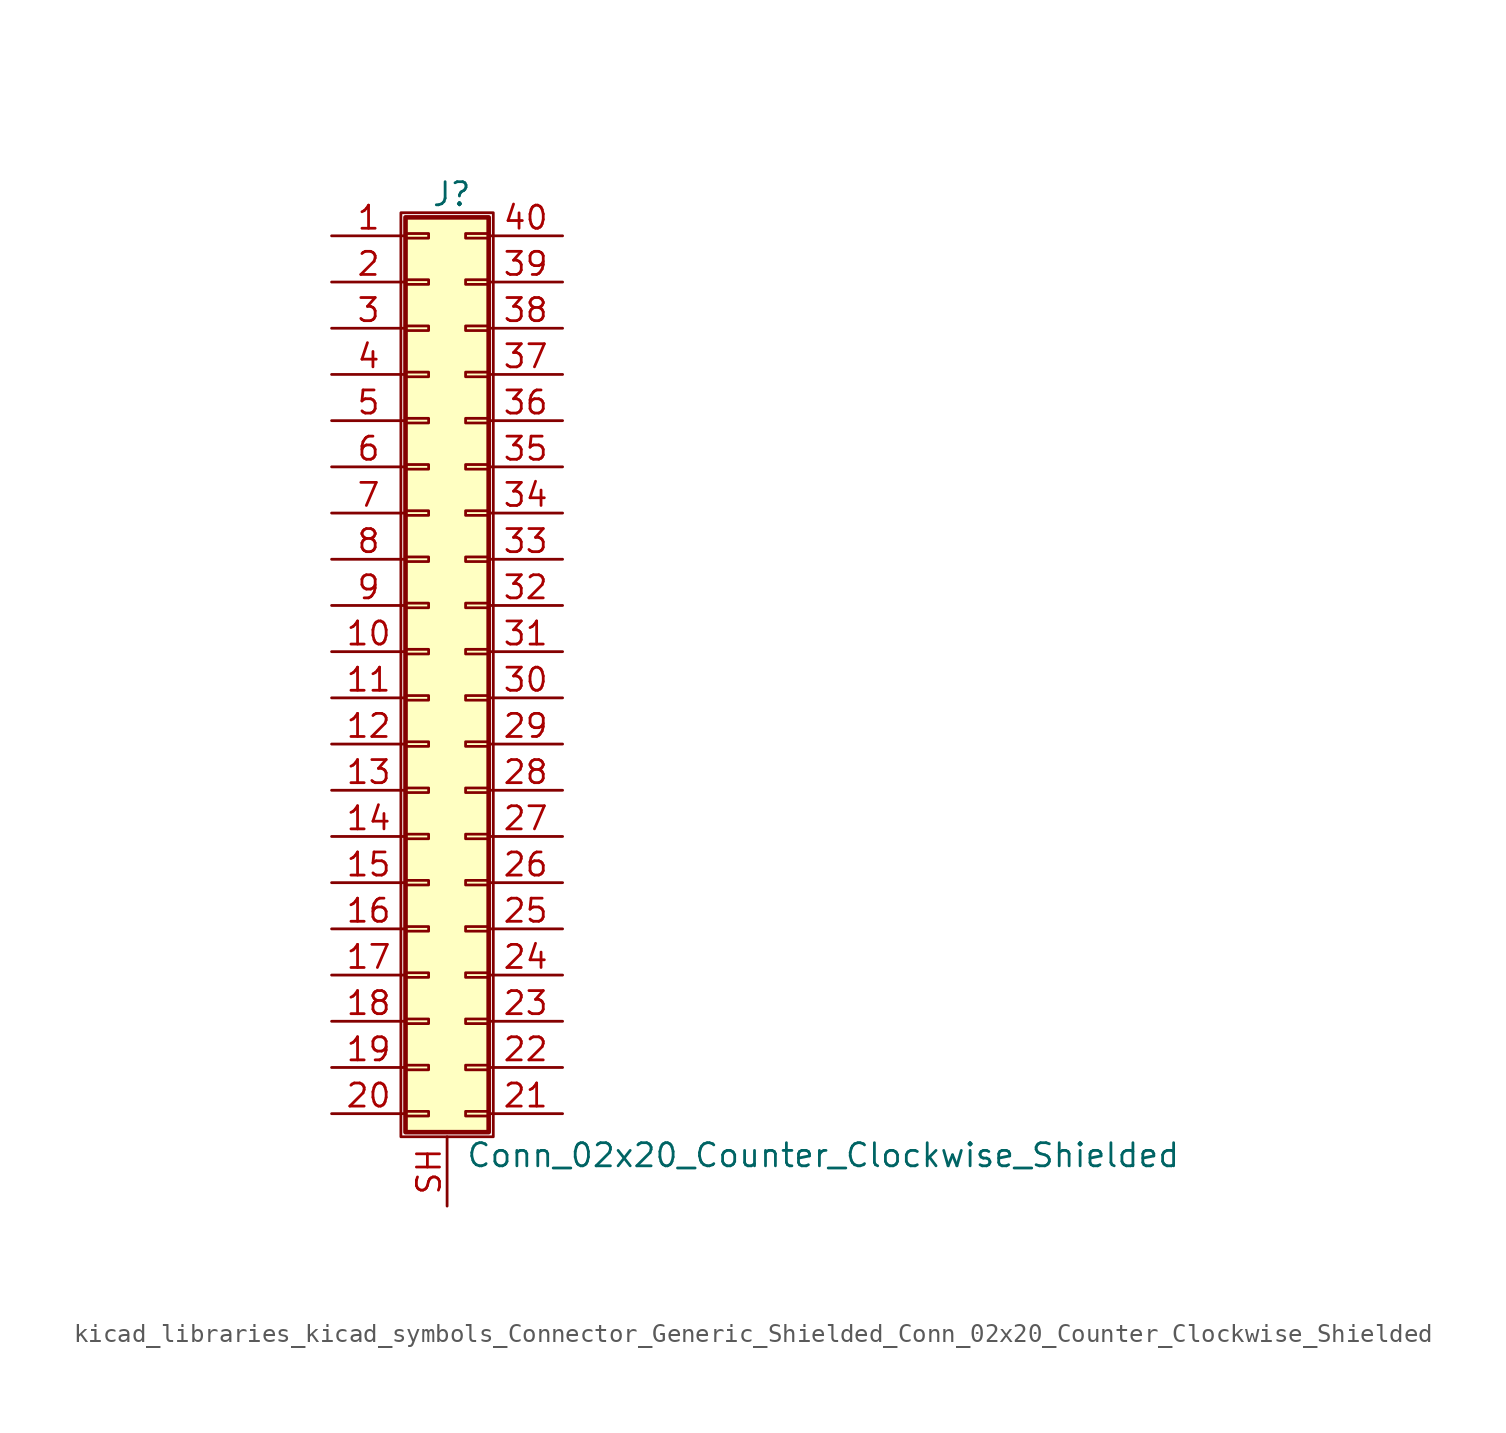
<source format=kicad_sym>
(kicad_symbol_lib
  (version 20220914)
  (generator kicad_symbol_editor)
  (symbol "kicad_libraries_kicad_symbols_Connector_Generic_Shielded_Conn_02x20_Counter_Clockwise_Shielded"
    (pin_names
      (offset 1.016) hide)
    (property "Reference" "J"
      (at 1.524 25.146 0)
      (effects (font (size 1.27 1.27))))
    (property "Value" "Conn_02x20_Counter_Clockwise_Shielded"
      (at 2.286 -27.686 0)
      (effects (font (size 1.27 1.27)) (justify left)))
    (symbol "kicad_libraries_kicad_symbols_Connector_Generic_Shielded_Conn_02x20_Counter_Clockwise_Shielded_1_1"
      (rectangle (start -1.27 24.13) (end 3.81 -26.67) (stroke (width 0.152) (type default)) (fill (type none)))
      (rectangle (start -1.016 -25.273) (end 0.254 -25.527) (stroke (width 0.152) (type default)) (fill (type none)))
      (rectangle (start -1.016 -22.733) (end 0.254 -22.987) (stroke (width 0.152) (type default)) (fill (type none)))
      (rectangle (start -1.016 -20.193) (end 0.254 -20.447) (stroke (width 0.152) (type default)) (fill (type none)))
      (rectangle (start -1.016 -17.653) (end 0.254 -17.907) (stroke (width 0.152) (type default)) (fill (type none)))
      (rectangle (start -1.016 -15.113) (end 0.254 -15.367) (stroke (width 0.152) (type default)) (fill (type none)))
      (rectangle (start -1.016 -12.573) (end 0.254 -12.827) (stroke (width 0.152) (type default)) (fill (type none)))
      (rectangle (start -1.016 -10.033) (end 0.254 -10.287) (stroke (width 0.152) (type default)) (fill (type none)))
      (rectangle (start -1.016 -7.493) (end 0.254 -7.747) (stroke (width 0.152) (type default)) (fill (type none)))
      (rectangle (start -1.016 -4.953) (end 0.254 -5.207) (stroke (width 0.152) (type default)) (fill (type none)))
      (rectangle (start -1.016 -2.413) (end 0.254 -2.667) (stroke (width 0.152) (type default)) (fill (type none)))
      (rectangle (start -1.016 0.127) (end 0.254 -0.127) (stroke (width 0.152) (type default)) (fill (type none)))
      (rectangle (start -1.016 2.667) (end 0.254 2.413) (stroke (width 0.152) (type default)) (fill (type none)))
      (rectangle (start -1.016 5.207) (end 0.254 4.953) (stroke (width 0.152) (type default)) (fill (type none)))
      (rectangle (start -1.016 7.747) (end 0.254 7.493) (stroke (width 0.152) (type default)) (fill (type none)))
      (rectangle (start -1.016 10.287) (end 0.254 10.033) (stroke (width 0.152) (type default)) (fill (type none)))
      (rectangle (start -1.016 12.827) (end 0.254 12.573) (stroke (width 0.152) (type default)) (fill (type none)))
      (rectangle (start -1.016 15.367) (end 0.254 15.113) (stroke (width 0.152) (type default)) (fill (type none)))
      (rectangle (start -1.016 17.907) (end 0.254 17.653) (stroke (width 0.152) (type default)) (fill (type none)))
      (rectangle (start -1.016 20.447) (end 0.254 20.193) (stroke (width 0.152) (type default)) (fill (type none)))
      (rectangle (start -1.016 22.987) (end 0.254 22.733) (stroke (width 0.152) (type default)) (fill (type none)))
      (rectangle (start -1.016 23.876) (end 3.556 -26.416) (stroke (width 0.254) (type default)) (fill (type background)))
      (rectangle (start 3.556 -25.273) (end 2.286 -25.527) (stroke (width 0.152) (type default)) (fill (type none)))
      (rectangle (start 3.556 -22.733) (end 2.286 -22.987) (stroke (width 0.152) (type default)) (fill (type none)))
      (rectangle (start 3.556 -20.193) (end 2.286 -20.447) (stroke (width 0.152) (type default)) (fill (type none)))
      (rectangle (start 3.556 -17.653) (end 2.286 -17.907) (stroke (width 0.152) (type default)) (fill (type none)))
      (rectangle (start 3.556 -15.113) (end 2.286 -15.367) (stroke (width 0.152) (type default)) (fill (type none)))
      (rectangle (start 3.556 -12.573) (end 2.286 -12.827) (stroke (width 0.152) (type default)) (fill (type none)))
      (rectangle (start 3.556 -10.033) (end 2.286 -10.287) (stroke (width 0.152) (type default)) (fill (type none)))
      (rectangle (start 3.556 -7.493) (end 2.286 -7.747) (stroke (width 0.152) (type default)) (fill (type none)))
      (rectangle (start 3.556 -4.953) (end 2.286 -5.207) (stroke (width 0.152) (type default)) (fill (type none)))
      (rectangle (start 3.556 -2.413) (end 2.286 -2.667) (stroke (width 0.152) (type default)) (fill (type none)))
      (rectangle (start 3.556 0.127) (end 2.286 -0.127) (stroke (width 0.152) (type default)) (fill (type none)))
      (rectangle (start 3.556 2.667) (end 2.286 2.413) (stroke (width 0.152) (type default)) (fill (type none)))
      (rectangle (start 3.556 5.207) (end 2.286 4.953) (stroke (width 0.152) (type default)) (fill (type none)))
      (rectangle (start 3.556 7.747) (end 2.286 7.493) (stroke (width 0.152) (type default)) (fill (type none)))
      (rectangle (start 3.556 10.287) (end 2.286 10.033) (stroke (width 0.152) (type default)) (fill (type none)))
      (rectangle (start 3.556 12.827) (end 2.286 12.573) (stroke (width 0.152) (type default)) (fill (type none)))
      (rectangle (start 3.556 15.367) (end 2.286 15.113) (stroke (width 0.152) (type default)) (fill (type none)))
      (rectangle (start 3.556 17.907) (end 2.286 17.653) (stroke (width 0.152) (type default)) (fill (type none)))
      (rectangle (start 3.556 20.447) (end 2.286 20.193) (stroke (width 0.152) (type default)) (fill (type none)))
      (rectangle (start 3.556 22.987) (end 2.286 22.733) (stroke (width 0.152) (type default)) (fill (type none)))
      (pin passive line (at -5.08 22.86 0) (length 4.064) (name "Pin_1" (effects (font (size 1.27 1.27)))) (number "1" (effects (font (size 1.27 1.27)))))
      (pin passive line (at -5.08 0 0) (length 4.064) (name "Pin_10" (effects (font (size 1.27 1.27)))) (number "10" (effects (font (size 1.27 1.27)))))
      (pin passive line (at -5.08 -2.54 0) (length 4.064) (name "Pin_11" (effects (font (size 1.27 1.27)))) (number "11" (effects (font (size 1.27 1.27)))))
      (pin passive line (at -5.08 -5.08 0) (length 4.064) (name "Pin_12" (effects (font (size 1.27 1.27)))) (number "12" (effects (font (size 1.27 1.27)))))
      (pin passive line (at -5.08 -7.62 0) (length 4.064) (name "Pin_13" (effects (font (size 1.27 1.27)))) (number "13" (effects (font (size 1.27 1.27)))))
      (pin passive line (at -5.08 -10.16 0) (length 4.064) (name "Pin_14" (effects (font (size 1.27 1.27)))) (number "14" (effects (font (size 1.27 1.27)))))
      (pin passive line (at -5.08 -12.7 0) (length 4.064) (name "Pin_15" (effects (font (size 1.27 1.27)))) (number "15" (effects (font (size 1.27 1.27)))))
      (pin passive line (at -5.08 -15.24 0) (length 4.064) (name "Pin_16" (effects (font (size 1.27 1.27)))) (number "16" (effects (font (size 1.27 1.27)))))
      (pin passive line (at -5.08 -17.78 0) (length 4.064) (name "Pin_17" (effects (font (size 1.27 1.27)))) (number "17" (effects (font (size 1.27 1.27)))))
      (pin passive line (at -5.08 -20.32 0) (length 4.064) (name "Pin_18" (effects (font (size 1.27 1.27)))) (number "18" (effects (font (size 1.27 1.27)))))
      (pin passive line (at -5.08 -22.86 0) (length 4.064) (name "Pin_19" (effects (font (size 1.27 1.27)))) (number "19" (effects (font (size 1.27 1.27)))))
      (pin passive line (at -5.08 20.32 0) (length 4.064) (name "Pin_2" (effects (font (size 1.27 1.27)))) (number "2" (effects (font (size 1.27 1.27)))))
      (pin passive line (at -5.08 -25.4 0) (length 4.064) (name "Pin_20" (effects (font (size 1.27 1.27)))) (number "20" (effects (font (size 1.27 1.27)))))
      (pin passive line (at 7.62 -25.4 180) (length 4.064) (name "Pin_21" (effects (font (size 1.27 1.27)))) (number "21" (effects (font (size 1.27 1.27)))))
      (pin passive line (at 7.62 -22.86 180) (length 4.064) (name "Pin_22" (effects (font (size 1.27 1.27)))) (number "22" (effects (font (size 1.27 1.27)))))
      (pin passive line (at 7.62 -20.32 180) (length 4.064) (name "Pin_23" (effects (font (size 1.27 1.27)))) (number "23" (effects (font (size 1.27 1.27)))))
      (pin passive line (at 7.62 -17.78 180) (length 4.064) (name "Pin_24" (effects (font (size 1.27 1.27)))) (number "24" (effects (font (size 1.27 1.27)))))
      (pin passive line (at 7.62 -15.24 180) (length 4.064) (name "Pin_25" (effects (font (size 1.27 1.27)))) (number "25" (effects (font (size 1.27 1.27)))))
      (pin passive line (at 7.62 -12.7 180) (length 4.064) (name "Pin_26" (effects (font (size 1.27 1.27)))) (number "26" (effects (font (size 1.27 1.27)))))
      (pin passive line (at 7.62 -10.16 180) (length 4.064) (name "Pin_27" (effects (font (size 1.27 1.27)))) (number "27" (effects (font (size 1.27 1.27)))))
      (pin passive line (at 7.62 -7.62 180) (length 4.064) (name "Pin_28" (effects (font (size 1.27 1.27)))) (number "28" (effects (font (size 1.27 1.27)))))
      (pin passive line (at 7.62 -5.08 180) (length 4.064) (name "Pin_29" (effects (font (size 1.27 1.27)))) (number "29" (effects (font (size 1.27 1.27)))))
      (pin passive line (at -5.08 17.78 0) (length 4.064) (name "Pin_3" (effects (font (size 1.27 1.27)))) (number "3" (effects (font (size 1.27 1.27)))))
      (pin passive line (at 7.62 -2.54 180) (length 4.064) (name "Pin_30" (effects (font (size 1.27 1.27)))) (number "30" (effects (font (size 1.27 1.27)))))
      (pin passive line (at 7.62 0 180) (length 4.064) (name "Pin_31" (effects (font (size 1.27 1.27)))) (number "31" (effects (font (size 1.27 1.27)))))
      (pin passive line (at 7.62 2.54 180) (length 4.064) (name "Pin_32" (effects (font (size 1.27 1.27)))) (number "32" (effects (font (size 1.27 1.27)))))
      (pin passive line (at 7.62 5.08 180) (length 4.064) (name "Pin_33" (effects (font (size 1.27 1.27)))) (number "33" (effects (font (size 1.27 1.27)))))
      (pin passive line (at 7.62 7.62 180) (length 4.064) (name "Pin_34" (effects (font (size 1.27 1.27)))) (number "34" (effects (font (size 1.27 1.27)))))
      (pin passive line (at 7.62 10.16 180) (length 4.064) (name "Pin_35" (effects (font (size 1.27 1.27)))) (number "35" (effects (font (size 1.27 1.27)))))
      (pin passive line (at 7.62 12.7 180) (length 4.064) (name "Pin_36" (effects (font (size 1.27 1.27)))) (number "36" (effects (font (size 1.27 1.27)))))
      (pin passive line (at 7.62 15.24 180) (length 4.064) (name "Pin_37" (effects (font (size 1.27 1.27)))) (number "37" (effects (font (size 1.27 1.27)))))
      (pin passive line (at 7.62 17.78 180) (length 4.064) (name "Pin_38" (effects (font (size 1.27 1.27)))) (number "38" (effects (font (size 1.27 1.27)))))
      (pin passive line (at 7.62 20.32 180) (length 4.064) (name "Pin_39" (effects (font (size 1.27 1.27)))) (number "39" (effects (font (size 1.27 1.27)))))
      (pin passive line (at -5.08 15.24 0) (length 4.064) (name "Pin_4" (effects (font (size 1.27 1.27)))) (number "4" (effects (font (size 1.27 1.27)))))
      (pin passive line (at 7.62 22.86 180) (length 4.064) (name "Pin_40" (effects (font (size 1.27 1.27)))) (number "40" (effects (font (size 1.27 1.27)))))
      (pin passive line (at -5.08 12.7 0) (length 4.064) (name "Pin_5" (effects (font (size 1.27 1.27)))) (number "5" (effects (font (size 1.27 1.27)))))
      (pin passive line (at -5.08 10.16 0) (length 4.064) (name "Pin_6" (effects (font (size 1.27 1.27)))) (number "6" (effects (font (size 1.27 1.27)))))
      (pin passive line (at -5.08 7.62 0) (length 4.064) (name "Pin_7" (effects (font (size 1.27 1.27)))) (number "7" (effects (font (size 1.27 1.27)))))
      (pin passive line (at -5.08 5.08 0) (length 4.064) (name "Pin_8" (effects (font (size 1.27 1.27)))) (number "8" (effects (font (size 1.27 1.27)))))
      (pin passive line (at -5.08 2.54 0) (length 4.064) (name "Pin_9" (effects (font (size 1.27 1.27)))) (number "9" (effects (font (size 1.27 1.27)))))
      (pin passive line (at 1.27 -30.48 90) (length 3.81) (name "Shield" (effects (font (size 1.27 1.27)))) (number "SH" (effects (font (size 1.27 1.27))))))))
</source>
